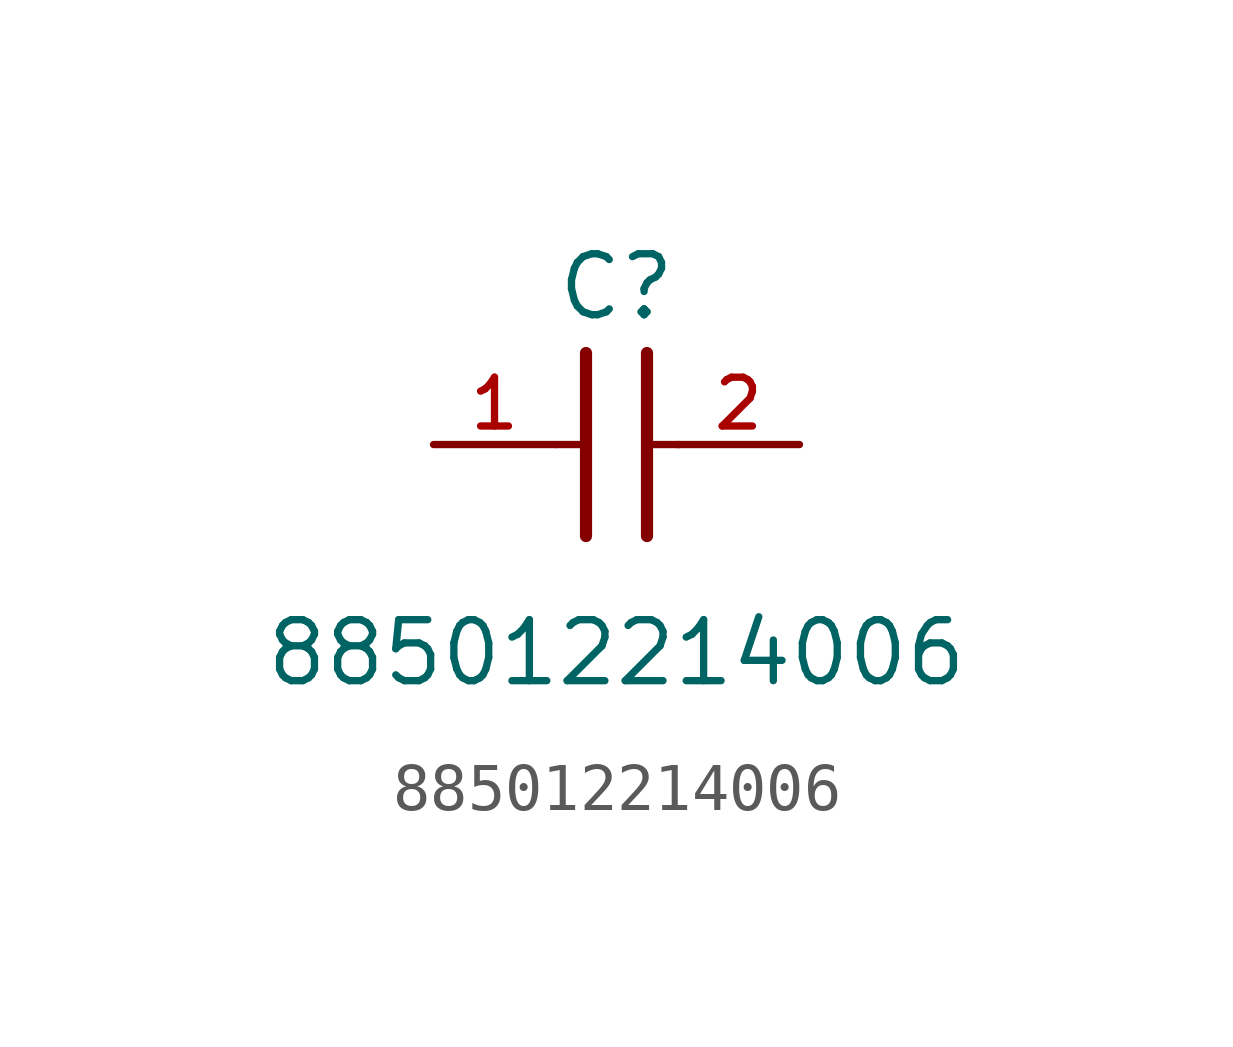
<source format=kicad_sym>
(kicad_symbol_lib
  (version 20211014)
  (generator kicad_symbol_editor)
  (symbol "885012214006"
    (pin_names
      (offset 1.016))
    (property "Reference" "C"
      (at 1.27 2.54 0)
      (effects (font (size 1.27 1.27)) (justify bottom)))
    (property "Value" "885012214006"
      (at 1.27 -5.08 0)
      (effects (font (size 1.27 1.27)) (justify bottom)))
    (symbol "885012214006_0_0"
      (polyline (pts (xy 1.905 1.905) (xy 1.905 -1.905)) (stroke (width 0.254)))
      (polyline (pts (xy 0.635 -1.905) (xy 0.635 1.905)) (stroke (width 0.254)))
      (polyline (pts (xy 0.0 0.0) (xy 0.643 0.0)) (stroke (width 0.152)))
      (polyline (pts (xy 1.928 0.0) (xy 2.57 0.0)) (stroke (width 0.152)))
      (pin passive line (at -2.54 0.0 0) (length 2.54) (name "~" (effects (font (size 1.016 1.016)))) (number "1" (effects (font (size 1.016 1.016)))))
      (pin passive line (at 5.08 0.0 180.0) (length 2.54) (name "~" (effects (font (size 1.016 1.016)))) (number "2" (effects (font (size 1.016 1.016))))))))
</source>
